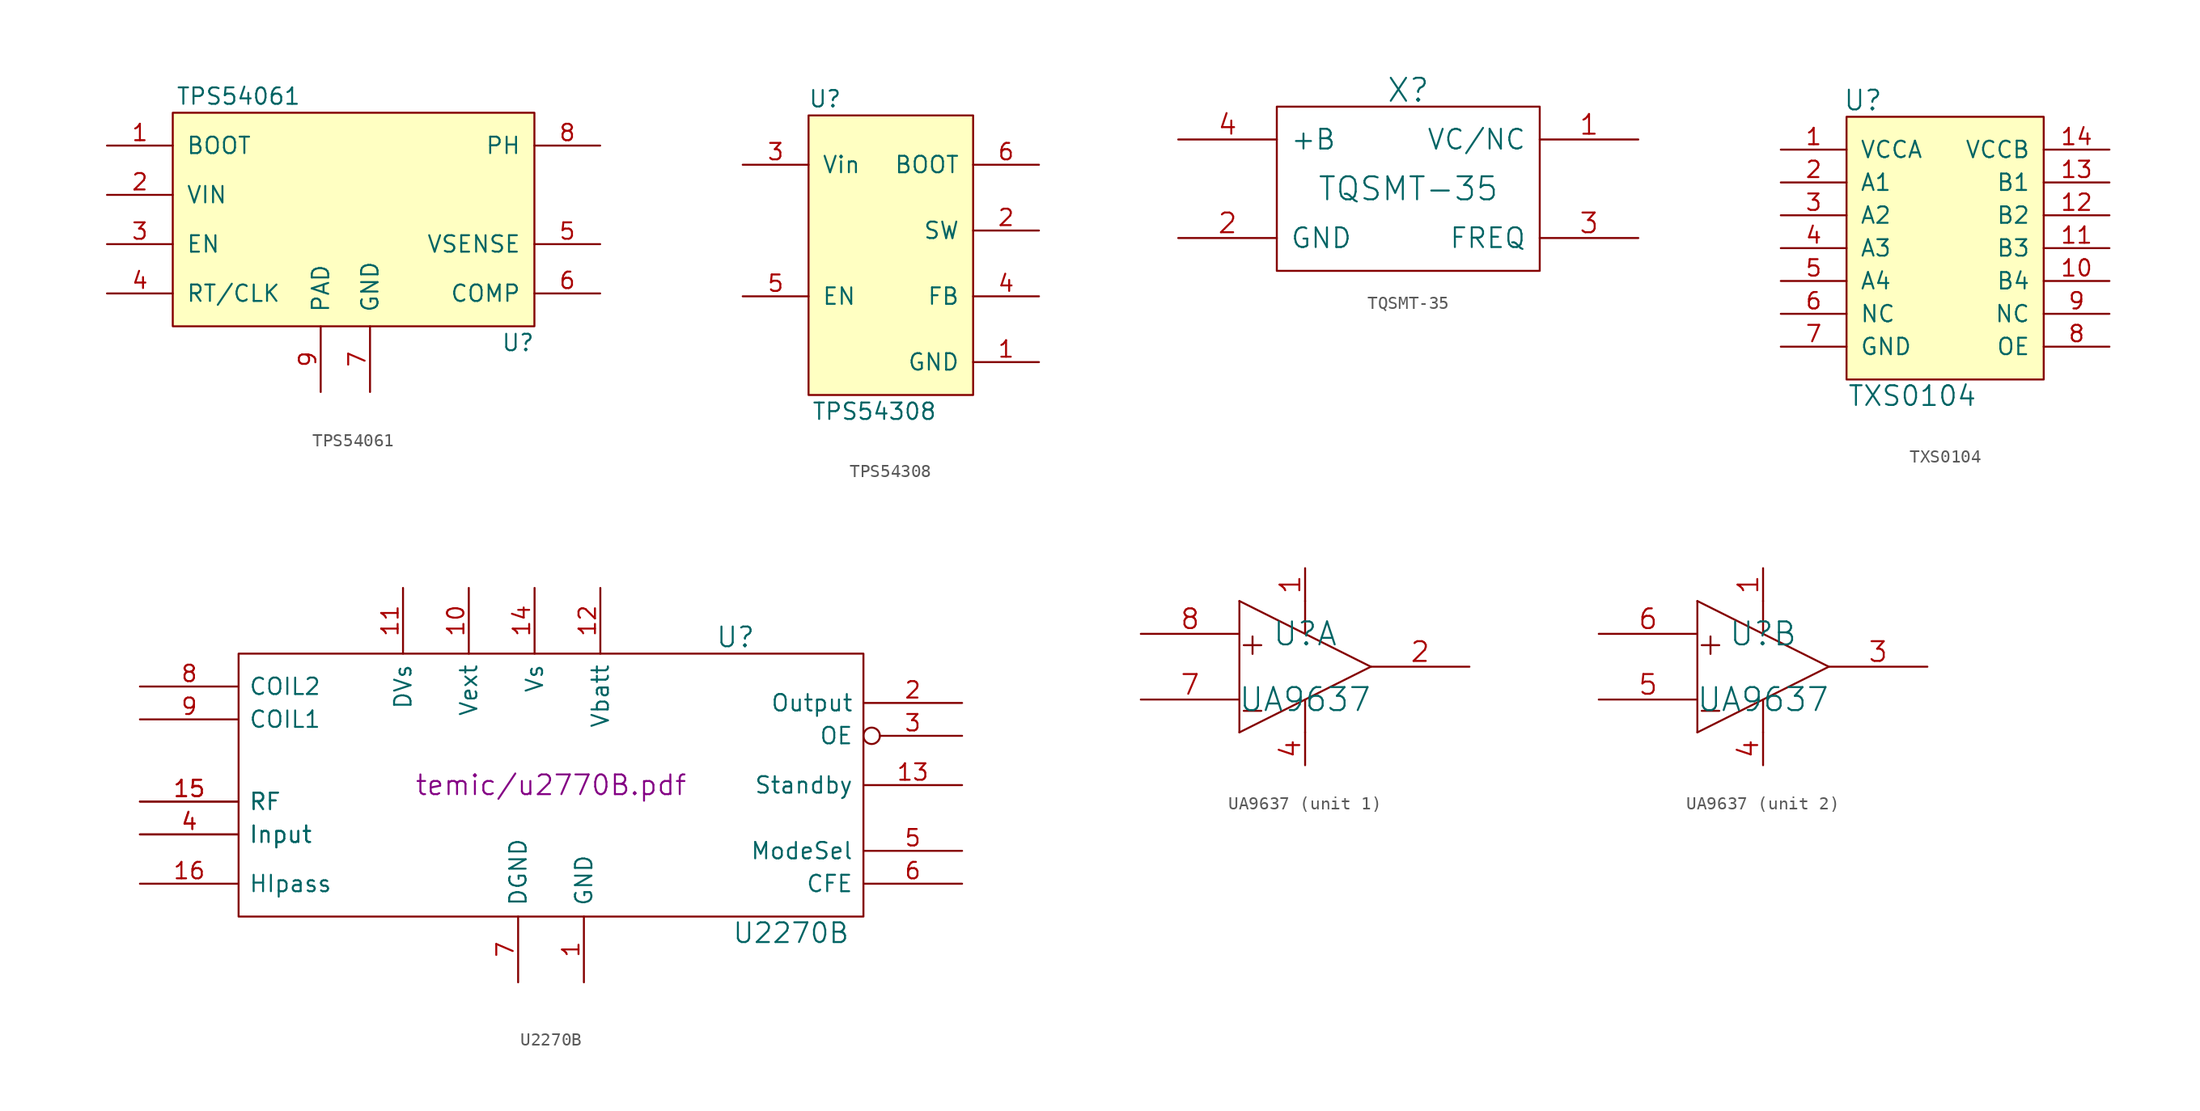
<source format=kicad_sym>
(kicad_symbol_lib
  (version 20211014)
  (generator kicad_symbol_editor)
  (symbol "TPS54061"
    (pin_names
      (offset 1.016))
    (property "Reference" "U"
      (at 26.67 -10.16 0)
      (effects (font (size 1.27 1.27))))
    (property "Value" "TPS54061"
      (at 5.08 8.89 0)
      (effects (font (size 1.27 1.27))))
    (symbol "TPS54061_0_1"
      (rectangle (start 0 7.62) (end 27.94 -8.89) (stroke (width 0) (type default) (color 0 0 0 0)) (fill (type background))))
    (symbol "TPS54061_1_1"
      (pin output line (at -5.08 5.08 0) (length 5.08) (name "BOOT" (effects (font (size 1.27 1.27)))) (number "1" (effects (font (size 1.27 1.27)))))
      (pin input line (at -5.08 1.27 0) (length 5.08) (name "VIN" (effects (font (size 1.27 1.27)))) (number "2" (effects (font (size 1.27 1.27)))))
      (pin input line (at -5.08 -2.54 0) (length 5.08) (name "EN" (effects (font (size 1.27 1.27)))) (number "3" (effects (font (size 1.27 1.27)))))
      (pin input line (at -5.08 -6.35 0) (length 5.08) (name "RT/CLK" (effects (font (size 1.27 1.27)))) (number "4" (effects (font (size 1.27 1.27)))))
      (pin input line (at 33.02 -2.54 180) (length 5.08) (name "VSENSE" (effects (font (size 1.27 1.27)))) (number "5" (effects (font (size 1.27 1.27)))))
      (pin output line (at 33.02 -6.35 180) (length 5.08) (name "COMP" (effects (font (size 1.27 1.27)))) (number "6" (effects (font (size 1.27 1.27)))))
      (pin unspecified line (at 15.24 -13.97 90) (length 5.08) (name "GND" (effects (font (size 1.27 1.27)))) (number "7" (effects (font (size 1.27 1.27)))))
      (pin output line (at 33.02 5.08 180) (length 5.08) (name "PH" (effects (font (size 1.27 1.27)))) (number "8" (effects (font (size 1.27 1.27)))))
      (pin unspecified line (at 11.43 -13.97 90) (length 5.08) (name "PAD" (effects (font (size 1.27 1.27)))) (number "9" (effects (font (size 1.27 1.27)))))))
  (symbol "TPS54308"
    (pin_names
      (offset 1.016))
    (property "Reference" "U"
      (at -5.08 12.7 0)
      (effects (font (size 1.27 1.27))))
    (property "Value" "TPS54308"
      (at -1.27 -11.43 0)
      (effects (font (size 1.27 1.27))))
    (symbol "TPS54308_0_1"
      (rectangle (start -6.35 11.43) (end 6.35 -10.16) (stroke (width 0) (type default) (color 0 0 0 0)) (fill (type background))))
    (symbol "TPS54308_1_1"
      (pin input line (at 11.43 -7.62 180) (length 5.08) (name "GND" (effects (font (size 1.27 1.27)))) (number "1" (effects (font (size 1.27 1.27)))))
      (pin output line (at 11.43 2.54 180) (length 5.08) (name "SW" (effects (font (size 1.27 1.27)))) (number "2" (effects (font (size 1.27 1.27)))))
      (pin input line (at -11.43 7.62 0) (length 5.08) (name "Vin" (effects (font (size 1.27 1.27)))) (number "3" (effects (font (size 1.27 1.27)))))
      (pin input line (at 11.43 -2.54 180) (length 5.08) (name "FB" (effects (font (size 1.27 1.27)))) (number "4" (effects (font (size 1.27 1.27)))))
      (pin input line (at -11.43 -2.54 0) (length 5.08) (name "EN" (effects (font (size 1.27 1.27)))) (number "5" (effects (font (size 1.27 1.27)))))
      (pin output line (at 11.43 7.62 180) (length 5.08) (name "BOOT" (effects (font (size 1.27 1.27)))) (number "6" (effects (font (size 1.27 1.27)))))))
  (symbol "TQSMT-35"
    (pin_names
      (offset 1.016))
    (property "Reference" "X"
      (at 0 7.62 0)
      (effects (font (size 1.778 1.778))))
    (property "Value" "TQSMT-35"
      (at 0 0 0)
      (effects (font (size 1.778 1.778))))
    (property "Footprint" ""
      (at 0 0 0)
      (effects (font (size 1.524 1.524))))
    (property "Datasheet" ""
      (at 0 0 0)
      (effects (font (size 1.524 1.524))))
    (symbol "TQSMT-35_0_1"
      (rectangle (start -10.16 -6.35) (end 10.16 6.35) (stroke (width 0) (type default) (color 0 0 0 0)) (fill (type none))))
    (symbol "TQSMT-35_1_1"
      (pin passive line (at 17.78 3.81 180) (length 7.62) (name "VC/NC" (effects (font (size 1.524 1.524)))) (number "1" (effects (font (size 1.524 1.524)))))
      (pin passive line (at -17.78 -3.81 0) (length 7.62) (name "GND" (effects (font (size 1.524 1.524)))) (number "2" (effects (font (size 1.524 1.524)))))
      (pin output line (at 17.78 -3.81 180) (length 7.62) (name "FREQ" (effects (font (size 1.524 1.524)))) (number "3" (effects (font (size 1.524 1.524)))))
      (pin passive line (at -17.78 3.81 0) (length 7.62) (name "+B" (effects (font (size 1.524 1.524)))) (number "4" (effects (font (size 1.524 1.524)))))))
  (symbol "TXS0104"
    (pin_names
      (offset 1.016))
    (property "Reference" "U"
      (at -2.54 15.24 0)
      (effects (font (size 1.524 1.524))))
    (property "Value" "TXS0104"
      (at 1.27 -7.62 0)
      (effects (font (size 1.524 1.524))))
    (symbol "TXS0104_0_1"
      (rectangle (start -3.81 13.97) (end 11.43 -6.35) (stroke (width 0) (type default) (color 0 0 0 0)) (fill (type background))))
    (symbol "TXS0104_1_1"
      (pin input line (at -8.89 11.43 0) (length 5.08) (name "VCCA" (effects (font (size 1.27 1.27)))) (number "1" (effects (font (size 1.27 1.27)))))
      (pin input line (at 16.51 1.27 180) (length 5.08) (name "B4" (effects (font (size 1.27 1.27)))) (number "10" (effects (font (size 1.27 1.27)))))
      (pin input line (at 16.51 3.81 180) (length 5.08) (name "B3" (effects (font (size 1.27 1.27)))) (number "11" (effects (font (size 1.27 1.27)))))
      (pin input line (at 16.51 6.35 180) (length 5.08) (name "B2" (effects (font (size 1.27 1.27)))) (number "12" (effects (font (size 1.27 1.27)))))
      (pin input line (at 16.51 8.89 180) (length 5.08) (name "B1" (effects (font (size 1.27 1.27)))) (number "13" (effects (font (size 1.27 1.27)))))
      (pin input line (at 16.51 11.43 180) (length 5.08) (name "VCCB" (effects (font (size 1.27 1.27)))) (number "14" (effects (font (size 1.27 1.27)))))
      (pin input line (at -8.89 8.89 0) (length 5.08) (name "A1" (effects (font (size 1.27 1.27)))) (number "2" (effects (font (size 1.27 1.27)))))
      (pin input line (at -8.89 6.35 0) (length 5.08) (name "A2" (effects (font (size 1.27 1.27)))) (number "3" (effects (font (size 1.27 1.27)))))
      (pin input line (at -8.89 3.81 0) (length 5.08) (name "A3" (effects (font (size 1.27 1.27)))) (number "4" (effects (font (size 1.27 1.27)))))
      (pin input line (at -8.89 1.27 0) (length 5.08) (name "A4" (effects (font (size 1.27 1.27)))) (number "5" (effects (font (size 1.27 1.27)))))
      (pin input line (at -8.89 -1.27 0) (length 5.08) (name "NC" (effects (font (size 1.27 1.27)))) (number "6" (effects (font (size 1.27 1.27)))))
      (pin input line (at -8.89 -3.81 0) (length 5.08) (name "GND" (effects (font (size 1.27 1.27)))) (number "7" (effects (font (size 1.27 1.27)))))
      (pin input line (at 16.51 -3.81 180) (length 5.08) (name "OE" (effects (font (size 1.27 1.27)))) (number "8" (effects (font (size 1.27 1.27)))))
      (pin input line (at 16.51 -1.27 180) (length 5.08) (name "NC" (effects (font (size 1.27 1.27)))) (number "9" (effects (font (size 1.27 1.27)))))))
  (symbol "U2270B"
    (pin_names
      (offset 0.762))
    (property "Reference" "U"
      (at 12.7 11.43 0)
      (effects (font (size 1.524 1.524)) (justify left)))
    (property "Value" "U2270B"
      (at 13.97 -11.43 0)
      (effects (font (size 1.524 1.524)) (justify left)))
    (property "Footprint" ""
      (at 0 0 0)
      (effects (font (size 1.524 1.524))))
    (property "Datasheet" "temic/u2770B.pdf"
      (at 0 0 0)
      (effects (font (size 1.524 1.524))))
    (symbol "U2270B_0_1"
      (rectangle (start -24.13 10.16) (end 24.13 -10.16) (stroke (width 0) (type default) (color 0 0 0 0)) (fill (type none))))
    (symbol "U2270B_1_1"
      (pin power_in line (at 2.54 -15.24 90) (length 5.08) (name "GND" (effects (font (size 1.27 1.27)))) (number "1" (effects (font (size 1.27 1.27)))))
      (pin power_in line (at -6.35 15.24 270) (length 5.08) (name "Vext" (effects (font (size 1.27 1.27)))) (number "10" (effects (font (size 1.27 1.27)))))
      (pin input line (at -11.43 15.24 270) (length 5.08) (name "DVs" (effects (font (size 1.27 1.27)))) (number "11" (effects (font (size 1.27 1.27)))))
      (pin power_in line (at 3.81 15.24 270) (length 5.08) (name "Vbatt" (effects (font (size 1.27 1.27)))) (number "12" (effects (font (size 1.27 1.27)))))
      (pin input line (at 31.75 0 180) (length 7.62) (name "Standby" (effects (font (size 1.27 1.27)))) (number "13" (effects (font (size 1.27 1.27)))))
      (pin power_in line (at -1.27 15.24 270) (length 5.08) (name "Vs" (effects (font (size 1.27 1.27)))) (number "14" (effects (font (size 1.27 1.27)))))
      (pin input line (at -31.75 -1.27 0) (length 7.62) (name "RF" (effects (font (size 1.27 1.27)))) (number "15" (effects (font (size 1.27 1.27)))))
      (pin input line (at -31.75 -1.27 0) (length 7.62) (name "RF" (effects (font (size 1.27 1.27)))) (number "15" (effects (font (size 1.27 1.27)))))
      (pin input line (at -31.75 -7.62 0) (length 7.62) (name "HIpass" (effects (font (size 1.27 1.27)))) (number "16" (effects (font (size 1.27 1.27)))))
      (pin open_collector line (at 31.75 6.35 180) (length 7.62) (name "Output" (effects (font (size 1.27 1.27)))) (number "2" (effects (font (size 1.27 1.27)))))
      (pin input inverted (at 31.75 3.81 180) (length 7.62) (name "OE" (effects (font (size 1.27 1.27)))) (number "3" (effects (font (size 1.27 1.27)))))
      (pin input line (at -31.75 -3.81 0) (length 7.62) (name "Input" (effects (font (size 1.27 1.27)))) (number "4" (effects (font (size 1.27 1.27)))))
      (pin input line (at -31.75 -3.81 0) (length 7.62) (name "Input" (effects (font (size 1.27 1.27)))) (number "4" (effects (font (size 1.27 1.27)))))
      (pin input line (at 31.75 -5.08 180) (length 7.62) (name "ModeSel" (effects (font (size 1.27 1.27)))) (number "5" (effects (font (size 1.27 1.27)))))
      (pin input line (at 31.75 -7.62 180) (length 7.62) (name "CFE" (effects (font (size 1.27 1.27)))) (number "6" (effects (font (size 1.27 1.27)))))
      (pin power_in line (at -2.54 -15.24 90) (length 5.08) (name "DGND" (effects (font (size 1.27 1.27)))) (number "7" (effects (font (size 1.27 1.27)))))
      (pin output line (at -31.75 7.62 0) (length 7.62) (name "COIL2" (effects (font (size 1.27 1.27)))) (number "8" (effects (font (size 1.27 1.27)))))
      (pin output line (at -31.75 5.08 0) (length 7.62) (name "COIL1" (effects (font (size 1.27 1.27)))) (number "9" (effects (font (size 1.27 1.27)))))))
  (symbol "UA9637"
    (pin_names
      (offset 1.016) hide)
    (property "Reference" "U"
      (at 0 2.54 0)
      (effects (font (size 1.778 1.778))))
    (property "Value" "UA9637"
      (at 0 -2.54 0)
      (effects (font (size 1.778 1.778))))
    (property "Footprint" ""
      (at 0 0 0)
      (effects (font (size 1.524 1.524))))
    (property "Datasheet" ""
      (at 0 0 0)
      (effects (font (size 1.524 1.524))))
    (symbol "UA9637_0_1"
      (polyline (pts (xy -5.08 5.08) (xy -5.08 -5.08)) (stroke (width 0) (type default) (color 0 0 0 0)) (fill (type none)))
      (polyline (pts (xy -5.08 5.08) (xy 5.08 0)) (stroke (width 0) (type default) (color 0 0 0 0)) (fill (type none)))
      (polyline (pts (xy 0 -2.54) (xy 0 -5.08)) (stroke (width 0) (type default) (color 0 0 0 0)) (fill (type none)))
      (polyline (pts (xy 0 5.08) (xy 0 2.54)) (stroke (width 0) (type default) (color 0 0 0 0)) (fill (type none)))
      (polyline (pts (xy 5.08 0) (xy -5.08 -5.08)) (stroke (width 0) (type default) (color 0 0 0 0)) (fill (type none)))
      (text "+" (at -4.064 1.803 0) (effects (font (size 1.778 1.778))))
      (text "-" (at -4.064 -3.277 0) (effects (font (size 1.778 1.778)))))
    (symbol "UA9637_1_1"
      (pin input line (at 0 7.62 270) (length 2.54) (name "VCC" (effects (font (size 1.524 1.524)))) (number "1" (effects (font (size 1.524 1.524)))))
      (pin output line (at 12.7 0 180) (length 7.62) (name "OUT" (effects (font (size 1.524 1.524)))) (number "2" (effects (font (size 1.524 1.524)))))
      (pin input line (at 0 -7.62 90) (length 2.54) (name "GND" (effects (font (size 1.524 1.524)))) (number "4" (effects (font (size 1.524 1.524)))))
      (pin input line (at -12.7 -2.54 0) (length 7.62) (name "IN-" (effects (font (size 1.524 1.524)))) (number "7" (effects (font (size 1.524 1.524)))))
      (pin input line (at -12.7 2.54 0) (length 7.62) (name "IN+" (effects (font (size 1.524 1.524)))) (number "8" (effects (font (size 1.524 1.524))))))
    (symbol "UA9637_2_1"
      (pin input line (at 0 7.62 270) (length 2.54) (name "VCC" (effects (font (size 1.524 1.524)))) (number "1" (effects (font (size 1.524 1.524)))))
      (pin output line (at 12.7 0 180) (length 7.62) (name "OUT" (effects (font (size 1.524 1.524)))) (number "3" (effects (font (size 1.524 1.524)))))
      (pin input line (at 0 -7.62 90) (length 2.54) (name "GND" (effects (font (size 1.524 1.524)))) (number "4" (effects (font (size 1.524 1.524)))))
      (pin input line (at -12.7 -2.54 0) (length 7.62) (name "IN-" (effects (font (size 1.524 1.524)))) (number "5" (effects (font (size 1.524 1.524)))))
      (pin input line (at -12.7 2.54 0) (length 7.62) (name "IN+" (effects (font (size 1.524 1.524)))) (number "6" (effects (font (size 1.524 1.524))))))))
</source>
